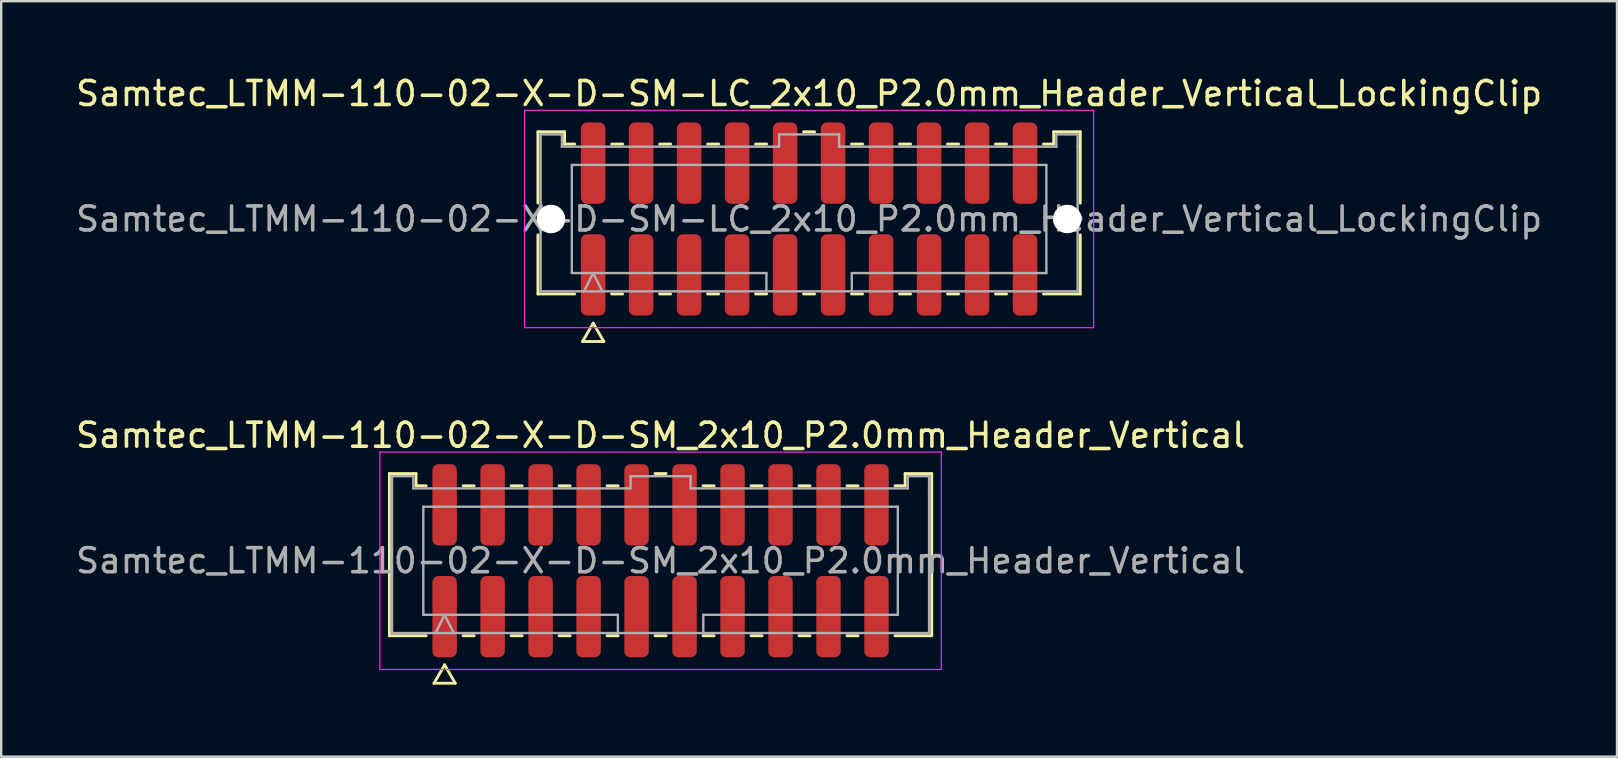
<source format=kicad_pcb>
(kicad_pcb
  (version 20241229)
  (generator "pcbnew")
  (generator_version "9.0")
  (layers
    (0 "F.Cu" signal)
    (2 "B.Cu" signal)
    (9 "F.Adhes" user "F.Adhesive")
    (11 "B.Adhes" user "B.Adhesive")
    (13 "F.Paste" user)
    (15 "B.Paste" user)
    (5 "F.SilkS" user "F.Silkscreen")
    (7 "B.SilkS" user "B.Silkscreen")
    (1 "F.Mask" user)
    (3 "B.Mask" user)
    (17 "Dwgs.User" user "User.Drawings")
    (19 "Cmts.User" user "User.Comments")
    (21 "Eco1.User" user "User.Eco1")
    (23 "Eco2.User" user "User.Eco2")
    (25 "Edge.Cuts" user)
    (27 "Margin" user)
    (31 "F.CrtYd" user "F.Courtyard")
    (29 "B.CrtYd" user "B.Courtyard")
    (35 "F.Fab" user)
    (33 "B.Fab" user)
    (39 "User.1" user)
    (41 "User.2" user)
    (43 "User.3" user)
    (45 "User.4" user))
  (footprint "Samtec_LTMM-110-02-X-D-SM-LC_2x10_P2.0mm_Header_Vertical_LockingClip"
    (layer "F.Cu")
    (at 30.673 6.078)
    (property "Reference" "Samtec_LTMM-110-02-X-D-SM-LC_2x10_P2.0mm_Header_Vertical_LockingClip" (at 0 -5.23 0) (layer "F.SilkS") (effects (font (size 1 1) (thickness 0.15))))
    (attr smd)
    (fp_line (start -11.302 -3.635) (end -10.193 -3.635) (stroke (width 0.12) (type solid)) (layer "F.SilkS"))
    (fp_line (start -11.302 -0.662) (end -11.302 -3.635) (stroke (width 0.12) (type solid)) (layer "F.SilkS"))
    (fp_line (start -11.302 3.125) (end -11.302 0.662) (stroke (width 0.12) (type solid)) (layer "F.SilkS"))
    (fp_line (start -10.193 -3.635) (end -10.193 -3.125) (stroke (width 0.12) (type solid)) (layer "F.SilkS"))
    (fp_line (start -10.193 -3.125) (end -9.77 -3.125) (stroke (width 0.12) (type solid)) (layer "F.SilkS"))
    (fp_line (start -9.77 3.125) (end -11.302 3.125) (stroke (width 0.12) (type solid)) (layer "F.SilkS"))
    (fp_line (start -9.442 5.105) (end -9 4.34) (stroke (width 0.12) (type solid)) (layer "F.SilkS"))
    (fp_line (start -9 4.34) (end -8.558 5.105) (stroke (width 0.12) (type solid)) (layer "F.SilkS"))
    (fp_line (start -8.558 5.105) (end -9.442 5.105) (stroke (width 0.12) (type solid)) (layer "F.SilkS"))
    (fp_line (start -8.23 -3.125) (end -7.77 -3.125) (stroke (width 0.12) (type solid)) (layer "F.SilkS"))
    (fp_line (start -7.77 3.125) (end -8.23 3.125) (stroke (width 0.12) (type solid)) (layer "F.SilkS"))
    (fp_line (start -6.23 -3.125) (end -5.77 -3.125) (stroke (width 0.12) (type solid)) (layer "F.SilkS"))
    (fp_line (start -5.77 3.125) (end -6.23 3.125) (stroke (width 0.12) (type solid)) (layer "F.SilkS"))
    (fp_line (start -4.23 -3.125) (end -3.77 -3.125) (stroke (width 0.12) (type solid)) (layer "F.SilkS"))
    (fp_line (start -3.77 3.125) (end -4.23 3.125) (stroke (width 0.12) (type solid)) (layer "F.SilkS"))
    (fp_line (start -2.23 -3.125) (end -1.77 -3.125) (stroke (width 0.12) (type solid)) (layer "F.SilkS"))
    (fp_line (start -1.77 3.125) (end -2.23 3.125) (stroke (width 0.12) (type solid)) (layer "F.SilkS"))
    (fp_line (start -0.23 -3.635) (end 0.23 -3.635) (stroke (width 0.12) (type solid)) (layer "F.SilkS"))
    (fp_line (start 0.23 3.125) (end -0.23 3.125) (stroke (width 0.12) (type solid)) (layer "F.SilkS"))
    (fp_line (start 1.77 -3.125) (end 2.23 -3.125) (stroke (width 0.12) (type solid)) (layer "F.SilkS"))
    (fp_line (start 2.23 3.125) (end 1.77 3.125) (stroke (width 0.12) (type solid)) (layer "F.SilkS"))
    (fp_line (start 3.77 -3.125) (end 4.23 -3.125) (stroke (width 0.12) (type solid)) (layer "F.SilkS"))
    (fp_line (start 4.23 3.125) (end 3.77 3.125) (stroke (width 0.12) (type solid)) (layer "F.SilkS"))
    (fp_line (start 5.77 -3.125) (end 6.23 -3.125) (stroke (width 0.12) (type solid)) (layer "F.SilkS"))
    (fp_line (start 6.23 3.125) (end 5.77 3.125) (stroke (width 0.12) (type solid)) (layer "F.SilkS"))
    (fp_line (start 7.77 -3.125) (end 8.23 -3.125) (stroke (width 0.12) (type solid)) (layer "F.SilkS"))
    (fp_line (start 8.23 3.125) (end 7.77 3.125) (stroke (width 0.12) (type solid)) (layer "F.SilkS"))
    (fp_line (start 9.77 -3.125) (end 10.193 -3.125) (stroke (width 0.12) (type solid)) (layer "F.SilkS"))
    (fp_line (start 10.193 -3.635) (end 11.302 -3.635) (stroke (width 0.12) (type solid)) (layer "F.SilkS"))
    (fp_line (start 10.193 -3.125) (end 10.193 -3.635) (stroke (width 0.12) (type solid)) (layer "F.SilkS"))
    (fp_line (start 11.302 -3.635) (end 11.302 -0.662) (stroke (width 0.12) (type solid)) (layer "F.SilkS"))
    (fp_line (start 11.302 0.662) (end 11.302 3.125) (stroke (width 0.12) (type solid)) (layer "F.SilkS"))
    (fp_line (start 11.302 3.125) (end 9.77 3.125) (stroke (width 0.12) (type solid)) (layer "F.SilkS"))
    (fp_line (start -11.86 -4.53) (end -11.86 4.53) (stroke (width 0.05) (type solid)) (layer "F.CrtYd"))
    (fp_line (start -11.86 4.53) (end 11.86 4.53) (stroke (width 0.05) (type solid)) (layer "F.CrtYd"))
    (fp_line (start 11.86 -4.53) (end -11.86 -4.53) (stroke (width 0.05) (type solid)) (layer "F.CrtYd"))
    (fp_line (start 11.86 4.53) (end 11.86 -4.53) (stroke (width 0.05) (type solid)) (layer "F.CrtYd"))
    (fp_line (start -11.191 -3.525) (end -10.303 -3.525) (stroke (width 0.1) (type solid)) (layer "F.Fab"))
    (fp_line (start -11.191 3.015) (end -11.191 -3.525) (stroke (width 0.1) (type solid)) (layer "F.Fab"))
    (fp_line (start -10.303 -3.525) (end -10.303 -3.015) (stroke (width 0.1) (type solid)) (layer "F.Fab"))
    (fp_line (start -10.303 -3.015) (end -1.25 -3.015) (stroke (width 0.1) (type solid)) (layer "F.Fab"))
    (fp_line (start -9.889 -2.253) (end 9.889 -2.253) (stroke (width 0.1) (type solid)) (layer "F.Fab"))
    (fp_line (start -9.889 2.253) (end -9.889 -2.253) (stroke (width 0.1) (type solid)) (layer "F.Fab"))
    (fp_line (start -9.381 3.015) (end -9 2.253) (stroke (width 0.1) (type solid)) (layer "F.Fab"))
    (fp_line (start -9 2.253) (end -8.619 3.015) (stroke (width 0.1) (type solid)) (layer "F.Fab"))
    (fp_line (start -1.78 2.253) (end -9.889 2.253) (stroke (width 0.1) (type solid)) (layer "F.Fab"))
    (fp_line (start -1.78 3.015) (end -1.78 2.253) (stroke (width 0.1) (type solid)) (layer "F.Fab"))
    (fp_line (start -1.25 -3.525) (end 1.25 -3.525) (stroke (width 0.1) (type solid)) (layer "F.Fab"))
    (fp_line (start -1.25 -3.015) (end -1.25 -3.525) (stroke (width 0.1) (type solid)) (layer "F.Fab"))
    (fp_line (start 1.25 -3.525) (end 1.25 -3.015) (stroke (width 0.1) (type solid)) (layer "F.Fab"))
    (fp_line (start 1.25 -3.015) (end 10.303 -3.015) (stroke (width 0.1) (type solid)) (layer "F.Fab"))
    (fp_line (start 1.78 2.253) (end 1.78 3.015) (stroke (width 0.1) (type solid)) (layer "F.Fab"))
    (fp_line (start 9.889 -2.253) (end 9.889 2.253) (stroke (width 0.1) (type solid)) (layer "F.Fab"))
    (fp_line (start 9.889 2.253) (end 1.78 2.253) (stroke (width 0.1) (type solid)) (layer "F.Fab"))
    (fp_line (start 10.303 -3.525) (end 11.191 -3.525) (stroke (width 0.1) (type solid)) (layer "F.Fab"))
    (fp_line (start 10.303 -3.015) (end 10.303 -3.525) (stroke (width 0.1) (type solid)) (layer "F.Fab"))
    (fp_line (start 11.191 -3.525) (end 11.191 -3.015) (stroke (width 0.1) (type solid)) (layer "F.Fab"))
    (fp_line (start 11.191 -3.015) (end 11.191 3.015) (stroke (width 0.1) (type solid)) (layer "F.Fab"))
    (fp_line (start 11.191 3.015) (end -11.191 3.015) (stroke (width 0.1) (type solid)) (layer "F.Fab"))
    (fp_text user "${REFERENCE}" (at 0 0 0) (layer "F.Fab") (effects (font (size 1 1) (thickness 0.15))))
    (pad "" np_thru_hole circle (at -10.76 0) (size 1.19 1.19) (drill 1.19) (layers "*.Cu" "*.Mask"))
    (pad "" np_thru_hole circle (at 10.76 0) (size 1.19 1.19) (drill 1.19) (layers "*.Cu" "*.Mask"))
    (pad "1" smd roundrect (at -9 2.33) (size 1.02 3.39) (layers "F.Cu" "F.Mask" "F.Paste") (roundrect_rratio 0.245))
    (pad "2" smd roundrect (at -9 -2.33) (size 1.02 3.39) (layers "F.Cu" "F.Mask" "F.Paste") (roundrect_rratio 0.245))
    (pad "3" smd roundrect (at -7 2.33) (size 1.02 3.39) (layers "F.Cu" "F.Mask" "F.Paste") (roundrect_rratio 0.245))
    (pad "4" smd roundrect (at -7 -2.33) (size 1.02 3.39) (layers "F.Cu" "F.Mask" "F.Paste") (roundrect_rratio 0.245))
    (pad "5" smd roundrect (at -5 2.33) (size 1.02 3.39) (layers "F.Cu" "F.Mask" "F.Paste") (roundrect_rratio 0.245))
    (pad "6" smd roundrect (at -5 -2.33) (size 1.02 3.39) (layers "F.Cu" "F.Mask" "F.Paste") (roundrect_rratio 0.245))
    (pad "7" smd roundrect (at -3 2.33) (size 1.02 3.39) (layers "F.Cu" "F.Mask" "F.Paste") (roundrect_rratio 0.245))
    (pad "8" smd roundrect (at -3 -2.33) (size 1.02 3.39) (layers "F.Cu" "F.Mask" "F.Paste") (roundrect_rratio 0.245))
    (pad "9" smd roundrect (at -1 2.33) (size 1.02 3.39) (layers "F.Cu" "F.Mask" "F.Paste") (roundrect_rratio 0.245))
    (pad "10" smd roundrect (at -1 -2.33) (size 1.02 3.39) (layers "F.Cu" "F.Mask" "F.Paste") (roundrect_rratio 0.245))
    (pad "11" smd roundrect (at 1 2.33) (size 1.02 3.39) (layers "F.Cu" "F.Mask" "F.Paste") (roundrect_rratio 0.245))
    (pad "12" smd roundrect (at 1 -2.33) (size 1.02 3.39) (layers "F.Cu" "F.Mask" "F.Paste") (roundrect_rratio 0.245))
    (pad "13" smd roundrect (at 3 2.33) (size 1.02 3.39) (layers "F.Cu" "F.Mask" "F.Paste") (roundrect_rratio 0.245))
    (pad "14" smd roundrect (at 3 -2.33) (size 1.02 3.39) (layers "F.Cu" "F.Mask" "F.Paste") (roundrect_rratio 0.245))
    (pad "15" smd roundrect (at 5 2.33) (size 1.02 3.39) (layers "F.Cu" "F.Mask" "F.Paste") (roundrect_rratio 0.245))
    (pad "16" smd roundrect (at 5 -2.33) (size 1.02 3.39) (layers "F.Cu" "F.Mask" "F.Paste") (roundrect_rratio 0.245))
    (pad "17" smd roundrect (at 7 2.33) (size 1.02 3.39) (layers "F.Cu" "F.Mask" "F.Paste") (roundrect_rratio 0.245))
    (pad "18" smd roundrect (at 7 -2.33) (size 1.02 3.39) (layers "F.Cu" "F.Mask" "F.Paste") (roundrect_rratio 0.245))
    (pad "19" smd roundrect (at 9 2.33) (size 1.02 3.39) (layers "F.Cu" "F.Mask" "F.Paste") (roundrect_rratio 0.245))
    (pad "20" smd roundrect (at 9 -2.33) (size 1.02 3.39) (layers "F.Cu" "F.Mask" "F.Paste") (roundrect_rratio 0.245)))
  (footprint "Samtec_LTMM-110-02-X-D-SM_2x10_P2.0mm_Header_Vertical"
    (layer "F.Cu")
    (at 24.482 20.322)
    (property "Reference" "Samtec_LTMM-110-02-X-D-SM_2x10_P2.0mm_Header_Vertical" (at 0 -5.23 0) (layer "F.SilkS") (effects (font (size 1 1) (thickness 0.15))))
    (attr smd)
    (fp_line (start -11.302 -3.635) (end -10.193 -3.635) (stroke (width 0.12) (type solid)) (layer "F.SilkS"))
    (fp_line (start -11.302 3.125) (end -11.302 -3.635) (stroke (width 0.12) (type solid)) (layer "F.SilkS"))
    (fp_line (start -10.193 -3.635) (end -10.193 -3.125) (stroke (width 0.12) (type solid)) (layer "F.SilkS"))
    (fp_line (start -10.193 -3.125) (end -9.77 -3.125) (stroke (width 0.12) (type solid)) (layer "F.SilkS"))
    (fp_line (start -9.77 3.125) (end -11.302 3.125) (stroke (width 0.12) (type solid)) (layer "F.SilkS"))
    (fp_line (start -9.442 5.105) (end -9 4.34) (stroke (width 0.12) (type solid)) (layer "F.SilkS"))
    (fp_line (start -9 4.34) (end -8.558 5.105) (stroke (width 0.12) (type solid)) (layer "F.SilkS"))
    (fp_line (start -8.558 5.105) (end -9.442 5.105) (stroke (width 0.12) (type solid)) (layer "F.SilkS"))
    (fp_line (start -8.23 -3.125) (end -7.77 -3.125) (stroke (width 0.12) (type solid)) (layer "F.SilkS"))
    (fp_line (start -7.77 3.125) (end -8.23 3.125) (stroke (width 0.12) (type solid)) (layer "F.SilkS"))
    (fp_line (start -6.23 -3.125) (end -5.77 -3.125) (stroke (width 0.12) (type solid)) (layer "F.SilkS"))
    (fp_line (start -5.77 3.125) (end -6.23 3.125) (stroke (width 0.12) (type solid)) (layer "F.SilkS"))
    (fp_line (start -4.23 -3.125) (end -3.77 -3.125) (stroke (width 0.12) (type solid)) (layer "F.SilkS"))
    (fp_line (start -3.77 3.125) (end -4.23 3.125) (stroke (width 0.12) (type solid)) (layer "F.SilkS"))
    (fp_line (start -2.23 -3.125) (end -1.77 -3.125) (stroke (width 0.12) (type solid)) (layer "F.SilkS"))
    (fp_line (start -1.77 3.125) (end -2.23 3.125) (stroke (width 0.12) (type solid)) (layer "F.SilkS"))
    (fp_line (start -0.23 -3.635) (end 0.23 -3.635) (stroke (width 0.12) (type solid)) (layer "F.SilkS"))
    (fp_line (start 0.23 3.125) (end -0.23 3.125) (stroke (width 0.12) (type solid)) (layer "F.SilkS"))
    (fp_line (start 1.77 -3.125) (end 2.23 -3.125) (stroke (width 0.12) (type solid)) (layer "F.SilkS"))
    (fp_line (start 2.23 3.125) (end 1.77 3.125) (stroke (width 0.12) (type solid)) (layer "F.SilkS"))
    (fp_line (start 3.77 -3.125) (end 4.23 -3.125) (stroke (width 0.12) (type solid)) (layer "F.SilkS"))
    (fp_line (start 4.23 3.125) (end 3.77 3.125) (stroke (width 0.12) (type solid)) (layer "F.SilkS"))
    (fp_line (start 5.77 -3.125) (end 6.23 -3.125) (stroke (width 0.12) (type solid)) (layer "F.SilkS"))
    (fp_line (start 6.23 3.125) (end 5.77 3.125) (stroke (width 0.12) (type solid)) (layer "F.SilkS"))
    (fp_line (start 7.77 -3.125) (end 8.23 -3.125) (stroke (width 0.12) (type solid)) (layer "F.SilkS"))
    (fp_line (start 8.23 3.125) (end 7.77 3.125) (stroke (width 0.12) (type solid)) (layer "F.SilkS"))
    (fp_line (start 9.77 -3.125) (end 10.193 -3.125) (stroke (width 0.12) (type solid)) (layer "F.SilkS"))
    (fp_line (start 10.193 -3.635) (end 11.302 -3.635) (stroke (width 0.12) (type solid)) (layer "F.SilkS"))
    (fp_line (start 10.193 -3.125) (end 10.193 -3.635) (stroke (width 0.12) (type solid)) (layer "F.SilkS"))
    (fp_line (start 11.302 -3.635) (end 11.302 3.125) (stroke (width 0.12) (type solid)) (layer "F.SilkS"))
    (fp_line (start 11.302 3.125) (end 9.77 3.125) (stroke (width 0.12) (type solid)) (layer "F.SilkS"))
    (fp_line (start -11.7 -4.53) (end -11.7 4.53) (stroke (width 0.05) (type solid)) (layer "F.CrtYd"))
    (fp_line (start -11.7 4.53) (end 11.7 4.53) (stroke (width 0.05) (type solid)) (layer "F.CrtYd"))
    (fp_line (start 11.7 -4.53) (end -11.7 -4.53) (stroke (width 0.05) (type solid)) (layer "F.CrtYd"))
    (fp_line (start 11.7 4.53) (end 11.7 -4.53) (stroke (width 0.05) (type solid)) (layer "F.CrtYd"))
    (fp_line (start -11.191 -3.525) (end -10.303 -3.525) (stroke (width 0.1) (type solid)) (layer "F.Fab"))
    (fp_line (start -11.191 3.015) (end -11.191 -3.525) (stroke (width 0.1) (type solid)) (layer "F.Fab"))
    (fp_line (start -10.303 -3.525) (end -10.303 -3.015) (stroke (width 0.1) (type solid)) (layer "F.Fab"))
    (fp_line (start -10.303 -3.015) (end -1.25 -3.015) (stroke (width 0.1) (type solid)) (layer "F.Fab"))
    (fp_line (start -9.889 -2.253) (end 9.889 -2.253) (stroke (width 0.1) (type solid)) (layer "F.Fab"))
    (fp_line (start -9.889 2.253) (end -9.889 -2.253) (stroke (width 0.1) (type solid)) (layer "F.Fab"))
    (fp_line (start -9.381 3.015) (end -9 2.253) (stroke (width 0.1) (type solid)) (layer "F.Fab"))
    (fp_line (start -9 2.253) (end -8.619 3.015) (stroke (width 0.1) (type solid)) (layer "F.Fab"))
    (fp_line (start -1.78 2.253) (end -9.889 2.253) (stroke (width 0.1) (type solid)) (layer "F.Fab"))
    (fp_line (start -1.78 3.015) (end -1.78 2.253) (stroke (width 0.1) (type solid)) (layer "F.Fab"))
    (fp_line (start -1.25 -3.525) (end 1.25 -3.525) (stroke (width 0.1) (type solid)) (layer "F.Fab"))
    (fp_line (start -1.25 -3.015) (end -1.25 -3.525) (stroke (width 0.1) (type solid)) (layer "F.Fab"))
    (fp_line (start 1.25 -3.525) (end 1.25 -3.015) (stroke (width 0.1) (type solid)) (layer "F.Fab"))
    (fp_line (start 1.25 -3.015) (end 10.303 -3.015) (stroke (width 0.1) (type solid)) (layer "F.Fab"))
    (fp_line (start 1.78 2.253) (end 1.78 3.015) (stroke (width 0.1) (type solid)) (layer "F.Fab"))
    (fp_line (start 9.889 -2.253) (end 9.889 2.253) (stroke (width 0.1) (type solid)) (layer "F.Fab"))
    (fp_line (start 9.889 2.253) (end 1.78 2.253) (stroke (width 0.1) (type solid)) (layer "F.Fab"))
    (fp_line (start 10.303 -3.525) (end 11.191 -3.525) (stroke (width 0.1) (type solid)) (layer "F.Fab"))
    (fp_line (start 10.303 -3.015) (end 10.303 -3.525) (stroke (width 0.1) (type solid)) (layer "F.Fab"))
    (fp_line (start 11.191 -3.525) (end 11.191 -3.015) (stroke (width 0.1) (type solid)) (layer "F.Fab"))
    (fp_line (start 11.191 -3.015) (end 11.191 3.015) (stroke (width 0.1) (type solid)) (layer "F.Fab"))
    (fp_line (start 11.191 3.015) (end -11.191 3.015) (stroke (width 0.1) (type solid)) (layer "F.Fab"))
    (fp_text user "${REFERENCE}" (at 0 0 0) (layer "F.Fab") (effects (font (size 1 1) (thickness 0.15))))
    (pad "1" smd roundrect (at -9 2.33) (size 1.02 3.39) (layers "F.Cu" "F.Mask" "F.Paste") (roundrect_rratio 0.245))
    (pad "2" smd roundrect (at -9 -2.33) (size 1.02 3.39) (layers "F.Cu" "F.Mask" "F.Paste") (roundrect_rratio 0.245))
    (pad "3" smd roundrect (at -7 2.33) (size 1.02 3.39) (layers "F.Cu" "F.Mask" "F.Paste") (roundrect_rratio 0.245))
    (pad "4" smd roundrect (at -7 -2.33) (size 1.02 3.39) (layers "F.Cu" "F.Mask" "F.Paste") (roundrect_rratio 0.245))
    (pad "5" smd roundrect (at -5 2.33) (size 1.02 3.39) (layers "F.Cu" "F.Mask" "F.Paste") (roundrect_rratio 0.245))
    (pad "6" smd roundrect (at -5 -2.33) (size 1.02 3.39) (layers "F.Cu" "F.Mask" "F.Paste") (roundrect_rratio 0.245))
    (pad "7" smd roundrect (at -3 2.33) (size 1.02 3.39) (layers "F.Cu" "F.Mask" "F.Paste") (roundrect_rratio 0.245))
    (pad "8" smd roundrect (at -3 -2.33) (size 1.02 3.39) (layers "F.Cu" "F.Mask" "F.Paste") (roundrect_rratio 0.245))
    (pad "9" smd roundrect (at -1 2.33) (size 1.02 3.39) (layers "F.Cu" "F.Mask" "F.Paste") (roundrect_rratio 0.245))
    (pad "10" smd roundrect (at -1 -2.33) (size 1.02 3.39) (layers "F.Cu" "F.Mask" "F.Paste") (roundrect_rratio 0.245))
    (pad "11" smd roundrect (at 1 2.33) (size 1.02 3.39) (layers "F.Cu" "F.Mask" "F.Paste") (roundrect_rratio 0.245))
    (pad "12" smd roundrect (at 1 -2.33) (size 1.02 3.39) (layers "F.Cu" "F.Mask" "F.Paste") (roundrect_rratio 0.245))
    (pad "13" smd roundrect (at 3 2.33) (size 1.02 3.39) (layers "F.Cu" "F.Mask" "F.Paste") (roundrect_rratio 0.245))
    (pad "14" smd roundrect (at 3 -2.33) (size 1.02 3.39) (layers "F.Cu" "F.Mask" "F.Paste") (roundrect_rratio 0.245))
    (pad "15" smd roundrect (at 5 2.33) (size 1.02 3.39) (layers "F.Cu" "F.Mask" "F.Paste") (roundrect_rratio 0.245))
    (pad "16" smd roundrect (at 5 -2.33) (size 1.02 3.39) (layers "F.Cu" "F.Mask" "F.Paste") (roundrect_rratio 0.245))
    (pad "17" smd roundrect (at 7 2.33) (size 1.02 3.39) (layers "F.Cu" "F.Mask" "F.Paste") (roundrect_rratio 0.245))
    (pad "18" smd roundrect (at 7 -2.33) (size 1.02 3.39) (layers "F.Cu" "F.Mask" "F.Paste") (roundrect_rratio 0.245))
    (pad "19" smd roundrect (at 9 2.33) (size 1.02 3.39) (layers "F.Cu" "F.Mask" "F.Paste") (roundrect_rratio 0.245))
    (pad "20" smd roundrect (at 9 -2.33) (size 1.02 3.39) (layers "F.Cu" "F.Mask" "F.Paste") (roundrect_rratio 0.245)))
  (gr_rect
    (start -3 -3)
    (end 64.345 28.486)
    (stroke (width 0.1) (type default))
    (fill no)
    (layer "Edge.Cuts")))
</source>
